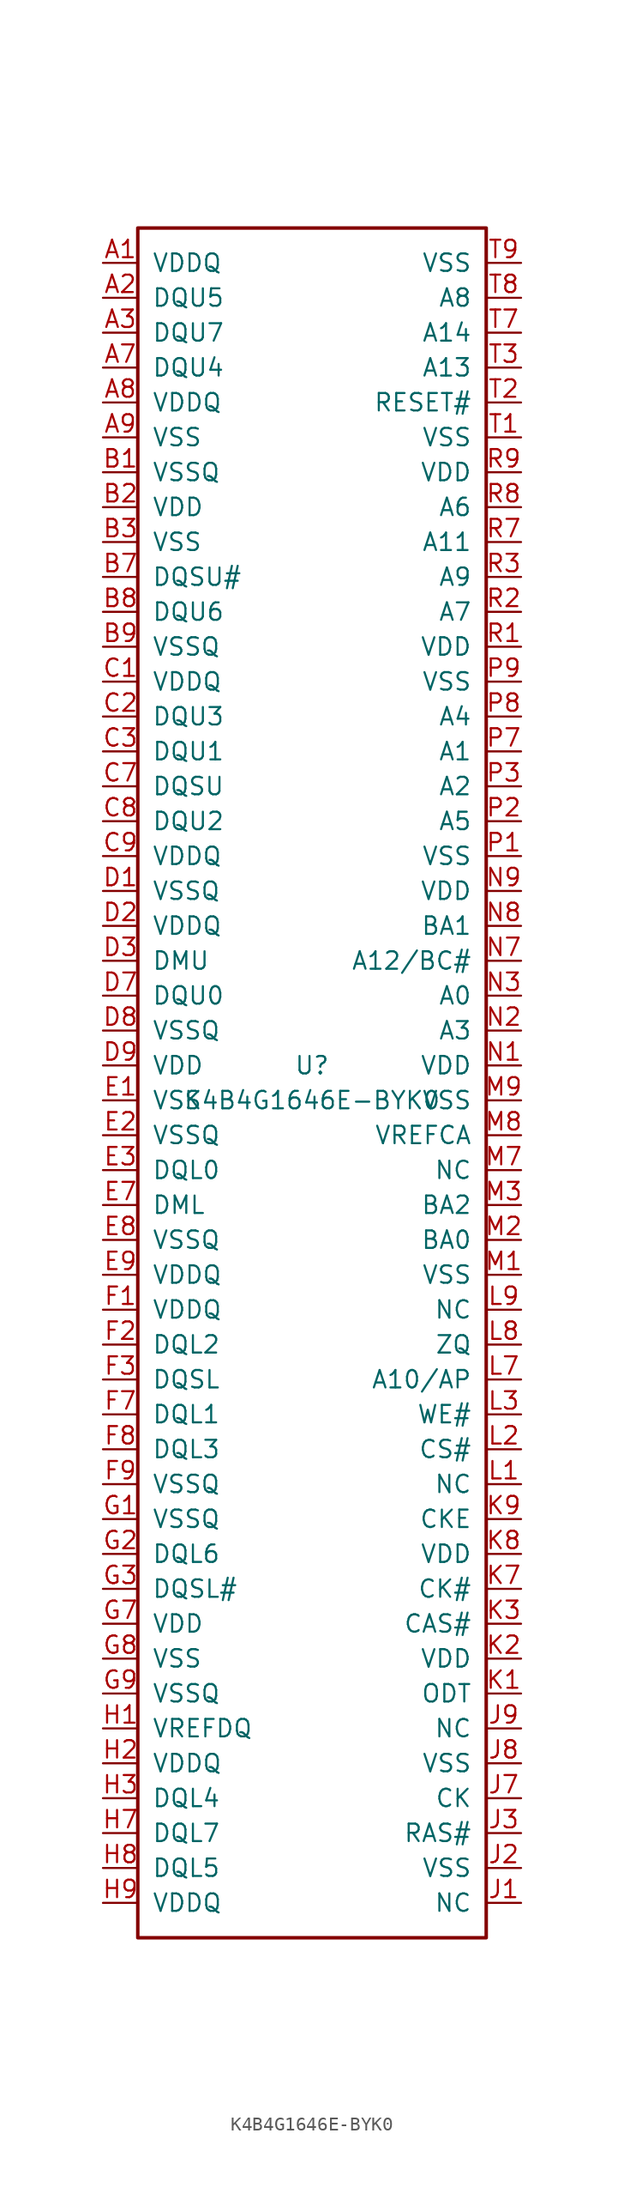
<source format=kicad_sym>
(kicad_symbol_lib
  (version 20211014)
  (generator kicad_symbol_editor)
  (symbol "K4B4G1646E-BYK0"
    (pin_names
      (offset 1.016))
    (property "Reference" "U"
      (at 0 1.27 0)
      (effects (font (size 1.27 1.27))))
    (property "Value" "K4B4G1646E-BYK0"
      (at 0 -1.27 0)
      (effects (font (size 1.27 1.27))))
    (symbol "K4B4G1646E-BYK0_0_0"
      (rectangle (start -12.7 62.23) (end 12.7 -62.23) (stroke (width 0.254) (type default) (color 0 0 0 0)) (fill (type none))))
    (symbol "K4B4G1646E-BYK0_1_0"
      (pin passive line (at -15.24 59.69 0) (length 2.54) (name "VDDQ" (effects (font (size 1.27 1.27)))) (number "A1" (effects (font (size 1.27 1.27)))))
      (pin passive line (at -15.24 57.15 0) (length 2.54) (name "DQU5" (effects (font (size 1.27 1.27)))) (number "A2" (effects (font (size 1.27 1.27)))))
      (pin passive line (at -15.24 54.61 0) (length 2.54) (name "DQU7" (effects (font (size 1.27 1.27)))) (number "A3" (effects (font (size 1.27 1.27)))))
      (pin passive line (at -15.24 52.07 0) (length 2.54) (name "DQU4" (effects (font (size 1.27 1.27)))) (number "A7" (effects (font (size 1.27 1.27)))))
      (pin passive line (at -15.24 49.53 0) (length 2.54) (name "VDDQ" (effects (font (size 1.27 1.27)))) (number "A8" (effects (font (size 1.27 1.27)))))
      (pin passive line (at -15.24 46.99 0) (length 2.54) (name "VSS" (effects (font (size 1.27 1.27)))) (number "A9" (effects (font (size 1.27 1.27)))))
      (pin passive line (at -15.24 44.45 0) (length 2.54) (name "VSSQ" (effects (font (size 1.27 1.27)))) (number "B1" (effects (font (size 1.27 1.27)))))
      (pin passive line (at -15.24 41.91 0) (length 2.54) (name "VDD" (effects (font (size 1.27 1.27)))) (number "B2" (effects (font (size 1.27 1.27)))))
      (pin passive line (at -15.24 39.37 0) (length 2.54) (name "VSS" (effects (font (size 1.27 1.27)))) (number "B3" (effects (font (size 1.27 1.27)))))
      (pin passive line (at -15.24 36.83 0) (length 2.54) (name "DQSU#" (effects (font (size 1.27 1.27)))) (number "B7" (effects (font (size 1.27 1.27)))))
      (pin passive line (at -15.24 34.29 0) (length 2.54) (name "DQU6" (effects (font (size 1.27 1.27)))) (number "B8" (effects (font (size 1.27 1.27)))))
      (pin passive line (at -15.24 31.75 0) (length 2.54) (name "VSSQ" (effects (font (size 1.27 1.27)))) (number "B9" (effects (font (size 1.27 1.27)))))
      (pin passive line (at -15.24 29.21 0) (length 2.54) (name "VDDQ" (effects (font (size 1.27 1.27)))) (number "C1" (effects (font (size 1.27 1.27)))))
      (pin passive line (at -15.24 26.67 0) (length 2.54) (name "DQU3" (effects (font (size 1.27 1.27)))) (number "C2" (effects (font (size 1.27 1.27)))))
      (pin passive line (at -15.24 24.13 0) (length 2.54) (name "DQU1" (effects (font (size 1.27 1.27)))) (number "C3" (effects (font (size 1.27 1.27)))))
      (pin passive line (at -15.24 21.59 0) (length 2.54) (name "DQSU" (effects (font (size 1.27 1.27)))) (number "C7" (effects (font (size 1.27 1.27)))))
      (pin passive line (at -15.24 19.05 0) (length 2.54) (name "DQU2" (effects (font (size 1.27 1.27)))) (number "C8" (effects (font (size 1.27 1.27)))))
      (pin passive line (at -15.24 16.51 0) (length 2.54) (name "VDDQ" (effects (font (size 1.27 1.27)))) (number "C9" (effects (font (size 1.27 1.27)))))
      (pin passive line (at -15.24 13.97 0) (length 2.54) (name "VSSQ" (effects (font (size 1.27 1.27)))) (number "D1" (effects (font (size 1.27 1.27)))))
      (pin passive line (at -15.24 11.43 0) (length 2.54) (name "VDDQ" (effects (font (size 1.27 1.27)))) (number "D2" (effects (font (size 1.27 1.27)))))
      (pin passive line (at -15.24 8.89 0) (length 2.54) (name "DMU" (effects (font (size 1.27 1.27)))) (number "D3" (effects (font (size 1.27 1.27)))))
      (pin passive line (at -15.24 6.35 0) (length 2.54) (name "DQU0" (effects (font (size 1.27 1.27)))) (number "D7" (effects (font (size 1.27 1.27)))))
      (pin passive line (at -15.24 3.81 0) (length 2.54) (name "VSSQ" (effects (font (size 1.27 1.27)))) (number "D8" (effects (font (size 1.27 1.27)))))
      (pin passive line (at -15.24 1.27 0) (length 2.54) (name "VDD" (effects (font (size 1.27 1.27)))) (number "D9" (effects (font (size 1.27 1.27)))))
      (pin passive line (at -15.24 -1.27 0) (length 2.54) (name "VSS" (effects (font (size 1.27 1.27)))) (number "E1" (effects (font (size 1.27 1.27)))))
      (pin passive line (at -15.24 -3.81 0) (length 2.54) (name "VSSQ" (effects (font (size 1.27 1.27)))) (number "E2" (effects (font (size 1.27 1.27)))))
      (pin passive line (at -15.24 -6.35 0) (length 2.54) (name "DQL0" (effects (font (size 1.27 1.27)))) (number "E3" (effects (font (size 1.27 1.27)))))
      (pin passive line (at -15.24 -8.89 0) (length 2.54) (name "DML" (effects (font (size 1.27 1.27)))) (number "E7" (effects (font (size 1.27 1.27)))))
      (pin passive line (at -15.24 -11.43 0) (length 2.54) (name "VSSQ" (effects (font (size 1.27 1.27)))) (number "E8" (effects (font (size 1.27 1.27)))))
      (pin passive line (at -15.24 -13.97 0) (length 2.54) (name "VDDQ" (effects (font (size 1.27 1.27)))) (number "E9" (effects (font (size 1.27 1.27)))))
      (pin passive line (at -15.24 -16.51 0) (length 2.54) (name "VDDQ" (effects (font (size 1.27 1.27)))) (number "F1" (effects (font (size 1.27 1.27)))))
      (pin passive line (at -15.24 -19.05 0) (length 2.54) (name "DQL2" (effects (font (size 1.27 1.27)))) (number "F2" (effects (font (size 1.27 1.27)))))
      (pin passive line (at -15.24 -21.59 0) (length 2.54) (name "DQSL" (effects (font (size 1.27 1.27)))) (number "F3" (effects (font (size 1.27 1.27)))))
      (pin passive line (at -15.24 -24.13 0) (length 2.54) (name "DQL1" (effects (font (size 1.27 1.27)))) (number "F7" (effects (font (size 1.27 1.27)))))
      (pin passive line (at -15.24 -26.67 0) (length 2.54) (name "DQL3" (effects (font (size 1.27 1.27)))) (number "F8" (effects (font (size 1.27 1.27)))))
      (pin passive line (at -15.24 -29.21 0) (length 2.54) (name "VSSQ" (effects (font (size 1.27 1.27)))) (number "F9" (effects (font (size 1.27 1.27)))))
      (pin passive line (at -15.24 -31.75 0) (length 2.54) (name "VSSQ" (effects (font (size 1.27 1.27)))) (number "G1" (effects (font (size 1.27 1.27)))))
      (pin passive line (at -15.24 -34.29 0) (length 2.54) (name "DQL6" (effects (font (size 1.27 1.27)))) (number "G2" (effects (font (size 1.27 1.27)))))
      (pin passive line (at -15.24 -36.83 0) (length 2.54) (name "DQSL#" (effects (font (size 1.27 1.27)))) (number "G3" (effects (font (size 1.27 1.27)))))
      (pin passive line (at -15.24 -39.37 0) (length 2.54) (name "VDD" (effects (font (size 1.27 1.27)))) (number "G7" (effects (font (size 1.27 1.27)))))
      (pin passive line (at -15.24 -41.91 0) (length 2.54) (name "VSS" (effects (font (size 1.27 1.27)))) (number "G8" (effects (font (size 1.27 1.27)))))
      (pin passive line (at -15.24 -44.45 0) (length 2.54) (name "VSSQ" (effects (font (size 1.27 1.27)))) (number "G9" (effects (font (size 1.27 1.27)))))
      (pin passive line (at -15.24 -46.99 0) (length 2.54) (name "VREFDQ" (effects (font (size 1.27 1.27)))) (number "H1" (effects (font (size 1.27 1.27)))))
      (pin passive line (at -15.24 -49.53 0) (length 2.54) (name "VDDQ" (effects (font (size 1.27 1.27)))) (number "H2" (effects (font (size 1.27 1.27)))))
      (pin passive line (at -15.24 -52.07 0) (length 2.54) (name "DQL4" (effects (font (size 1.27 1.27)))) (number "H3" (effects (font (size 1.27 1.27)))))
      (pin passive line (at -15.24 -54.61 0) (length 2.54) (name "DQL7" (effects (font (size 1.27 1.27)))) (number "H7" (effects (font (size 1.27 1.27)))))
      (pin passive line (at -15.24 -57.15 0) (length 2.54) (name "DQL5" (effects (font (size 1.27 1.27)))) (number "H8" (effects (font (size 1.27 1.27)))))
      (pin passive line (at -15.24 -59.69 0) (length 2.54) (name "VDDQ" (effects (font (size 1.27 1.27)))) (number "H9" (effects (font (size 1.27 1.27)))))
      (pin passive line (at 15.24 -59.69 180) (length 2.54) (name "NC" (effects (font (size 1.27 1.27)))) (number "J1" (effects (font (size 1.27 1.27)))))
      (pin passive line (at 15.24 -57.15 180) (length 2.54) (name "VSS" (effects (font (size 1.27 1.27)))) (number "J2" (effects (font (size 1.27 1.27)))))
      (pin passive line (at 15.24 -54.61 180) (length 2.54) (name "RAS#" (effects (font (size 1.27 1.27)))) (number "J3" (effects (font (size 1.27 1.27)))))
      (pin passive line (at 15.24 -52.07 180) (length 2.54) (name "CK" (effects (font (size 1.27 1.27)))) (number "J7" (effects (font (size 1.27 1.27)))))
      (pin passive line (at 15.24 -49.53 180) (length 2.54) (name "VSS" (effects (font (size 1.27 1.27)))) (number "J8" (effects (font (size 1.27 1.27)))))
      (pin passive line (at 15.24 -46.99 180) (length 2.54) (name "NC" (effects (font (size 1.27 1.27)))) (number "J9" (effects (font (size 1.27 1.27)))))
      (pin passive line (at 15.24 -44.45 180) (length 2.54) (name "ODT" (effects (font (size 1.27 1.27)))) (number "K1" (effects (font (size 1.27 1.27)))))
      (pin passive line (at 15.24 -41.91 180) (length 2.54) (name "VDD" (effects (font (size 1.27 1.27)))) (number "K2" (effects (font (size 1.27 1.27)))))
      (pin passive line (at 15.24 -39.37 180) (length 2.54) (name "CAS#" (effects (font (size 1.27 1.27)))) (number "K3" (effects (font (size 1.27 1.27)))))
      (pin passive line (at 15.24 -36.83 180) (length 2.54) (name "CK#" (effects (font (size 1.27 1.27)))) (number "K7" (effects (font (size 1.27 1.27)))))
      (pin passive line (at 15.24 -34.29 180) (length 2.54) (name "VDD" (effects (font (size 1.27 1.27)))) (number "K8" (effects (font (size 1.27 1.27)))))
      (pin passive line (at 15.24 -31.75 180) (length 2.54) (name "CKE" (effects (font (size 1.27 1.27)))) (number "K9" (effects (font (size 1.27 1.27)))))
      (pin passive line (at 15.24 -29.21 180) (length 2.54) (name "NC" (effects (font (size 1.27 1.27)))) (number "L1" (effects (font (size 1.27 1.27)))))
      (pin passive line (at 15.24 -26.67 180) (length 2.54) (name "CS#" (effects (font (size 1.27 1.27)))) (number "L2" (effects (font (size 1.27 1.27)))))
      (pin passive line (at 15.24 -24.13 180) (length 2.54) (name "WE#" (effects (font (size 1.27 1.27)))) (number "L3" (effects (font (size 1.27 1.27)))))
      (pin passive line (at 15.24 -21.59 180) (length 2.54) (name "A10/AP" (effects (font (size 1.27 1.27)))) (number "L7" (effects (font (size 1.27 1.27)))))
      (pin passive line (at 15.24 -19.05 180) (length 2.54) (name "ZQ" (effects (font (size 1.27 1.27)))) (number "L8" (effects (font (size 1.27 1.27)))))
      (pin passive line (at 15.24 -16.51 180) (length 2.54) (name "NC" (effects (font (size 1.27 1.27)))) (number "L9" (effects (font (size 1.27 1.27)))))
      (pin passive line (at 15.24 -13.97 180) (length 2.54) (name "VSS" (effects (font (size 1.27 1.27)))) (number "M1" (effects (font (size 1.27 1.27)))))
      (pin passive line (at 15.24 -11.43 180) (length 2.54) (name "BA0" (effects (font (size 1.27 1.27)))) (number "M2" (effects (font (size 1.27 1.27)))))
      (pin passive line (at 15.24 -8.89 180) (length 2.54) (name "BA2" (effects (font (size 1.27 1.27)))) (number "M3" (effects (font (size 1.27 1.27)))))
      (pin passive line (at 15.24 -6.35 180) (length 2.54) (name "NC" (effects (font (size 1.27 1.27)))) (number "M7" (effects (font (size 1.27 1.27)))))
      (pin passive line (at 15.24 -3.81 180) (length 2.54) (name "VREFCA" (effects (font (size 1.27 1.27)))) (number "M8" (effects (font (size 1.27 1.27)))))
      (pin passive line (at 15.24 -1.27 180) (length 2.54) (name "VSS" (effects (font (size 1.27 1.27)))) (number "M9" (effects (font (size 1.27 1.27)))))
      (pin passive line (at 15.24 1.27 180) (length 2.54) (name "VDD" (effects (font (size 1.27 1.27)))) (number "N1" (effects (font (size 1.27 1.27)))))
      (pin passive line (at 15.24 3.81 180) (length 2.54) (name "A3" (effects (font (size 1.27 1.27)))) (number "N2" (effects (font (size 1.27 1.27)))))
      (pin passive line (at 15.24 6.35 180) (length 2.54) (name "A0" (effects (font (size 1.27 1.27)))) (number "N3" (effects (font (size 1.27 1.27)))))
      (pin passive line (at 15.24 8.89 180) (length 2.54) (name "A12/BC#" (effects (font (size 1.27 1.27)))) (number "N7" (effects (font (size 1.27 1.27)))))
      (pin passive line (at 15.24 11.43 180) (length 2.54) (name "BA1" (effects (font (size 1.27 1.27)))) (number "N8" (effects (font (size 1.27 1.27)))))
      (pin passive line (at 15.24 13.97 180) (length 2.54) (name "VDD" (effects (font (size 1.27 1.27)))) (number "N9" (effects (font (size 1.27 1.27)))))
      (pin passive line (at 15.24 16.51 180) (length 2.54) (name "VSS" (effects (font (size 1.27 1.27)))) (number "P1" (effects (font (size 1.27 1.27)))))
      (pin passive line (at 15.24 19.05 180) (length 2.54) (name "A5" (effects (font (size 1.27 1.27)))) (number "P2" (effects (font (size 1.27 1.27)))))
      (pin passive line (at 15.24 21.59 180) (length 2.54) (name "A2" (effects (font (size 1.27 1.27)))) (number "P3" (effects (font (size 1.27 1.27)))))
      (pin passive line (at 15.24 24.13 180) (length 2.54) (name "A1" (effects (font (size 1.27 1.27)))) (number "P7" (effects (font (size 1.27 1.27)))))
      (pin passive line (at 15.24 26.67 180) (length 2.54) (name "A4" (effects (font (size 1.27 1.27)))) (number "P8" (effects (font (size 1.27 1.27)))))
      (pin passive line (at 15.24 29.21 180) (length 2.54) (name "VSS" (effects (font (size 1.27 1.27)))) (number "P9" (effects (font (size 1.27 1.27)))))
      (pin passive line (at 15.24 31.75 180) (length 2.54) (name "VDD" (effects (font (size 1.27 1.27)))) (number "R1" (effects (font (size 1.27 1.27)))))
      (pin passive line (at 15.24 34.29 180) (length 2.54) (name "A7" (effects (font (size 1.27 1.27)))) (number "R2" (effects (font (size 1.27 1.27)))))
      (pin passive line (at 15.24 36.83 180) (length 2.54) (name "A9" (effects (font (size 1.27 1.27)))) (number "R3" (effects (font (size 1.27 1.27)))))
      (pin passive line (at 15.24 39.37 180) (length 2.54) (name "A11" (effects (font (size 1.27 1.27)))) (number "R7" (effects (font (size 1.27 1.27)))))
      (pin passive line (at 15.24 41.91 180) (length 2.54) (name "A6" (effects (font (size 1.27 1.27)))) (number "R8" (effects (font (size 1.27 1.27)))))
      (pin passive line (at 15.24 44.45 180) (length 2.54) (name "VDD" (effects (font (size 1.27 1.27)))) (number "R9" (effects (font (size 1.27 1.27)))))
      (pin passive line (at 15.24 46.99 180) (length 2.54) (name "VSS" (effects (font (size 1.27 1.27)))) (number "T1" (effects (font (size 1.27 1.27)))))
      (pin passive line (at 15.24 49.53 180) (length 2.54) (name "RESET#" (effects (font (size 1.27 1.27)))) (number "T2" (effects (font (size 1.27 1.27)))))
      (pin passive line (at 15.24 52.07 180) (length 2.54) (name "A13" (effects (font (size 1.27 1.27)))) (number "T3" (effects (font (size 1.27 1.27)))))
      (pin passive line (at 15.24 54.61 180) (length 2.54) (name "A14" (effects (font (size 1.27 1.27)))) (number "T7" (effects (font (size 1.27 1.27)))))
      (pin passive line (at 15.24 57.15 180) (length 2.54) (name "A8" (effects (font (size 1.27 1.27)))) (number "T8" (effects (font (size 1.27 1.27)))))
      (pin passive line (at 15.24 59.69 180) (length 2.54) (name "VSS" (effects (font (size 1.27 1.27)))) (number "T9" (effects (font (size 1.27 1.27))))))))
</source>
